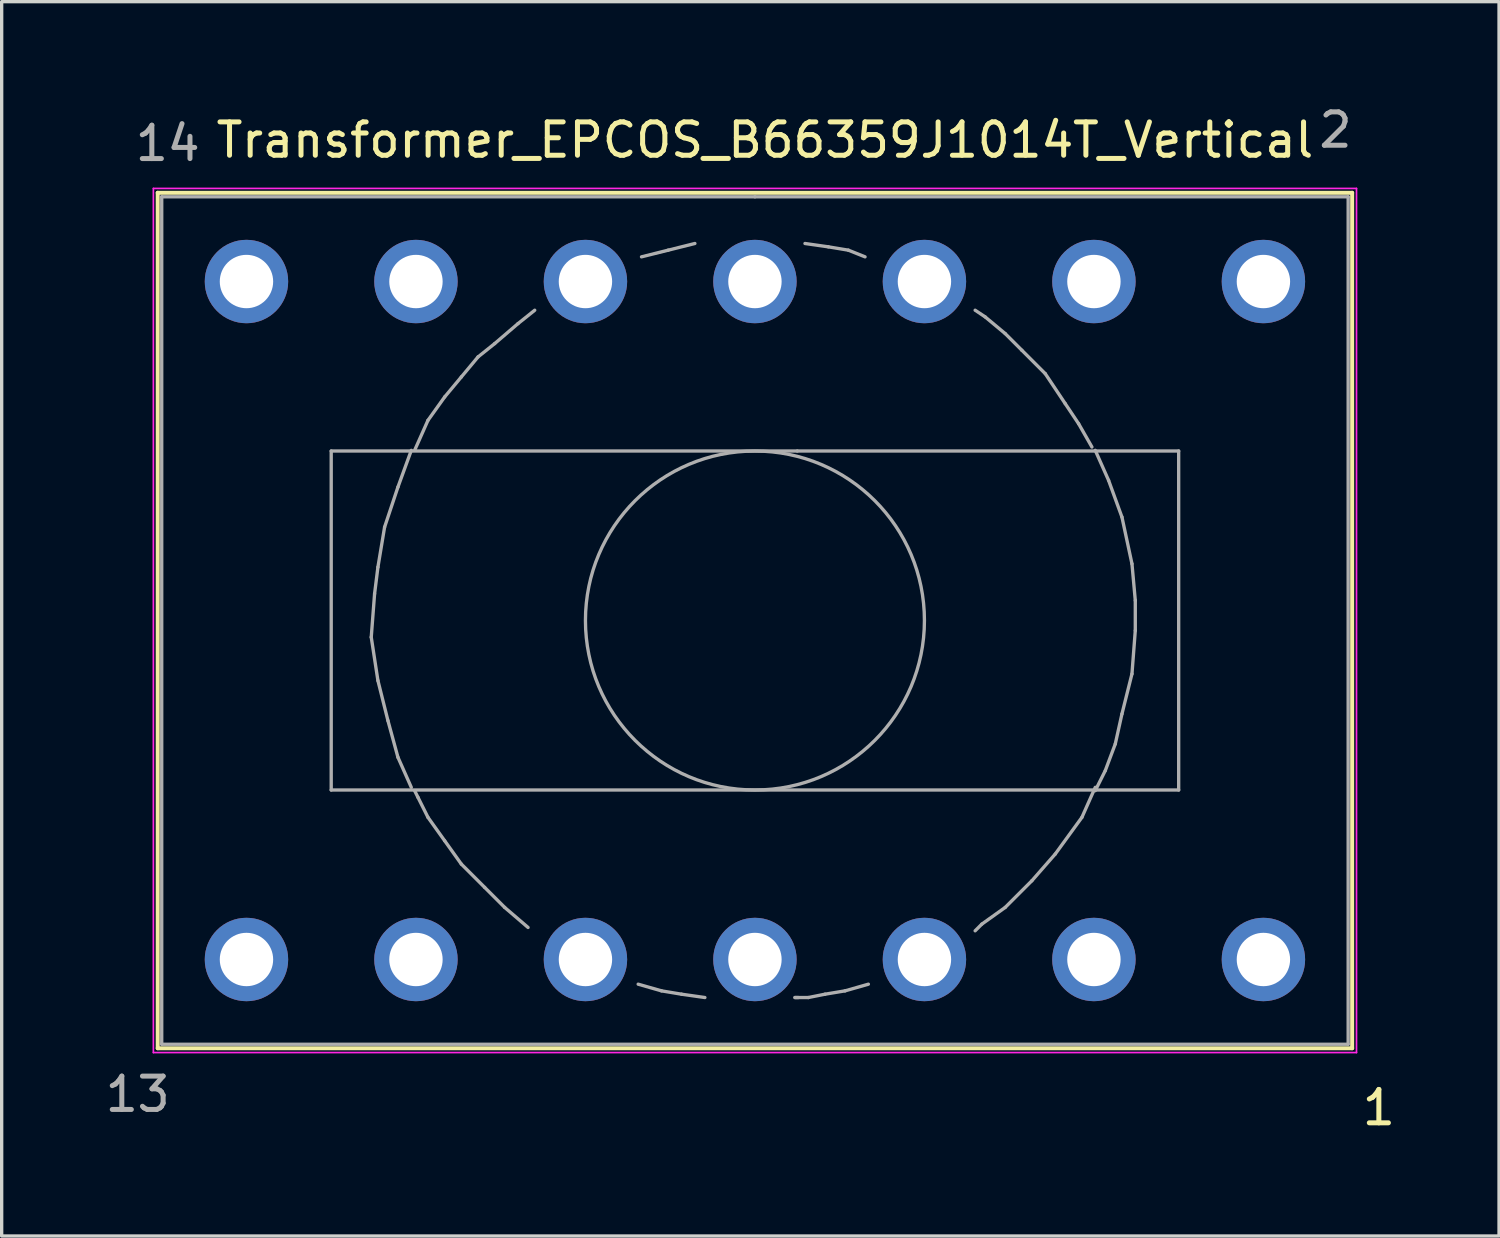
<source format=kicad_pcb>
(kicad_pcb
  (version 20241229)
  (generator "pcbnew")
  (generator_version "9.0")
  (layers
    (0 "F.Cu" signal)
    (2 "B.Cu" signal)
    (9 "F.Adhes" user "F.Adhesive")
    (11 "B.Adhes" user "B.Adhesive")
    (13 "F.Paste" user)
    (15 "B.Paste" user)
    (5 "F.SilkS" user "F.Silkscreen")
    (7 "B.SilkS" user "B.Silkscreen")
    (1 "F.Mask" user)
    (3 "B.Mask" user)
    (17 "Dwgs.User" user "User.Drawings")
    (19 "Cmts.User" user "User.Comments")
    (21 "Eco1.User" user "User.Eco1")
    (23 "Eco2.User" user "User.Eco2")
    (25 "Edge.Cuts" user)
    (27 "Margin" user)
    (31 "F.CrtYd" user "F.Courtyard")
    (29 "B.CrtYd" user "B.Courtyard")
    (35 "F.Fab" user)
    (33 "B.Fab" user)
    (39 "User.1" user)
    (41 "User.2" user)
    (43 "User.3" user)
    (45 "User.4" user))
  (footprint "Transformer_EPCOS_B66359J1014T_Vertical"
    (layer "F.Cu")
    (at 34.817 25.708)
    (property "Reference" "Transformer_EPCOS_B66359J1014T_Vertical" (at -14.94 -24.56 0) (layer "F.SilkS") (effects (font (size 1 1) (thickness 0.15))))
    (attr through_hole)
    (fp_line (start -33.14 -22.98) (end -33.14 2.66) (stroke (width 0.12) (type solid)) (layer "F.SilkS"))
    (fp_line (start -33.14 -22.98) (end 2.66 -22.98) (stroke (width 0.12) (type solid)) (layer "F.SilkS"))
    (fp_line (start 2.66 2.66) (end -33.14 2.66) (stroke (width 0.12) (type solid)) (layer "F.SilkS"))
    (fp_line (start 2.66 2.66) (end 2.66 -22.98) (stroke (width 0.12) (type solid)) (layer "F.SilkS"))
    (fp_line (start -33.27 -23.11) (end -33.27 2.79) (stroke (width 0.05) (type solid)) (layer "F.CrtYd"))
    (fp_line (start -33.27 -23.11) (end 2.79 -23.11) (stroke (width 0.05) (type solid)) (layer "F.CrtYd"))
    (fp_line (start 2.79 2.79) (end -33.27 2.79) (stroke (width 0.05) (type solid)) (layer "F.CrtYd"))
    (fp_line (start 2.79 2.79) (end 2.79 -23.11) (stroke (width 0.05) (type solid)) (layer "F.CrtYd"))
    (fp_line (start -33.02 -22.86) (end -33.02 2.54) (stroke (width 0.1) (type solid)) (layer "F.Fab"))
    (fp_line (start -33.02 2.54) (end 2.54 2.54) (stroke (width 0.1) (type solid)) (layer "F.Fab"))
    (fp_line (start -27.94 -15.24) (end -13.97 -15.24) (stroke (width 0.1) (type solid)) (layer "F.Fab"))
    (fp_line (start -27.94 -5.08) (end -27.94 -15.24) (stroke (width 0.1) (type solid)) (layer "F.Fab"))
    (fp_line (start -26.74 -9.66) (end -26.54 -8.36) (stroke (width 0.1) (type solid)) (layer "F.Fab"))
    (fp_line (start -26.64 -10.96) (end -26.74 -9.66) (stroke (width 0.1) (type solid)) (layer "F.Fab"))
    (fp_line (start -26.54 -11.76) (end -26.64 -10.96) (stroke (width 0.1) (type solid)) (layer "F.Fab"))
    (fp_line (start -26.54 -8.36) (end -26.24 -7.16) (stroke (width 0.1) (type solid)) (layer "F.Fab"))
    (fp_line (start -26.34 -12.96) (end -26.54 -11.76) (stroke (width 0.1) (type solid)) (layer "F.Fab"))
    (fp_line (start -26.24 -7.16) (end -25.94 -6.06) (stroke (width 0.1) (type solid)) (layer "F.Fab"))
    (fp_line (start -25.94 -14.16) (end -26.34 -12.96) (stroke (width 0.1) (type solid)) (layer "F.Fab"))
    (fp_line (start -25.94 -6.06) (end -25.54 -5.16) (stroke (width 0.1) (type solid)) (layer "F.Fab"))
    (fp_line (start -25.54 -15.26) (end -25.94 -14.16) (stroke (width 0.1) (type solid)) (layer "F.Fab"))
    (fp_line (start -25.34 -4.86) (end -25.44 -5.06) (stroke (width 0.1) (type solid)) (layer "F.Fab"))
    (fp_line (start -25.04 -16.16) (end -25.44 -15.26) (stroke (width 0.1) (type solid)) (layer "F.Fab"))
    (fp_line (start -25.04 -4.26) (end -25.34 -4.86) (stroke (width 0.1) (type solid)) (layer "F.Fab"))
    (fp_line (start -24.54 -16.86) (end -25.04 -16.16) (stroke (width 0.1) (type solid)) (layer "F.Fab"))
    (fp_line (start -24.54 -3.56) (end -25.04 -4.26) (stroke (width 0.1) (type solid)) (layer "F.Fab"))
    (fp_line (start -24.04 -17.46) (end -24.54 -16.86) (stroke (width 0.1) (type solid)) (layer "F.Fab"))
    (fp_line (start -24.04 -2.86) (end -24.54 -3.56) (stroke (width 0.1) (type solid)) (layer "F.Fab"))
    (fp_line (start -23.54 -18.06) (end -24.04 -17.46) (stroke (width 0.1) (type solid)) (layer "F.Fab"))
    (fp_line (start -23.34 -2.16) (end -24.04 -2.86) (stroke (width 0.1) (type solid)) (layer "F.Fab"))
    (fp_line (start -23.04 -18.46) (end -23.54 -18.06) (stroke (width 0.1) (type solid)) (layer "F.Fab"))
    (fp_line (start -22.74 -1.56) (end -23.34 -2.16) (stroke (width 0.1) (type solid)) (layer "F.Fab"))
    (fp_line (start -22.34 -19.06) (end -23.04 -18.46) (stroke (width 0.1) (type solid)) (layer "F.Fab"))
    (fp_line (start -22.04 -0.96) (end -22.74 -1.56) (stroke (width 0.1) (type solid)) (layer "F.Fab"))
    (fp_line (start -21.84 -19.46) (end -22.34 -19.06) (stroke (width 0.1) (type solid)) (layer "F.Fab"))
    (fp_line (start -18.04 0.94) (end -18.74 0.74) (stroke (width 0.1) (type solid)) (layer "F.Fab"))
    (fp_line (start -17.84 -21.26) (end -18.64 -21.06) (stroke (width 0.1) (type solid)) (layer "F.Fab"))
    (fp_line (start -17.44 1.04) (end -18.04 0.94) (stroke (width 0.1) (type solid)) (layer "F.Fab"))
    (fp_line (start -17.04 -21.46) (end -17.84 -21.26) (stroke (width 0.1) (type solid)) (layer "F.Fab"))
    (fp_line (start -16.74 1.14) (end -17.44 1.04) (stroke (width 0.1) (type solid)) (layer "F.Fab"))
    (fp_line (start -15.24 -22.86) (end -33.02 -22.86) (stroke (width 0.1) (type solid)) (layer "F.Fab"))
    (fp_line (start -15.24 -22.86) (end 2.54 -22.86) (stroke (width 0.1) (type solid)) (layer "F.Fab"))
    (fp_line (start -14.04 1.14) (end -13.94 1.14) (stroke (width 0.1) (type solid)) (layer "F.Fab"))
    (fp_line (start -13.97 -15.24) (end -2.54 -15.24) (stroke (width 0.1) (type solid)) (layer "F.Fab"))
    (fp_line (start -13.64 1.14) (end -14.04 1.14) (stroke (width 0.1) (type solid)) (layer "F.Fab"))
    (fp_line (start -13.14 1.04) (end -13.64 1.14) (stroke (width 0.1) (type solid)) (layer "F.Fab"))
    (fp_line (start -13.04 -21.36) (end -13.74 -21.46) (stroke (width 0.1) (type solid)) (layer "F.Fab"))
    (fp_line (start -12.54 0.94) (end -13.14 1.04) (stroke (width 0.1) (type solid)) (layer "F.Fab"))
    (fp_line (start -12.44 -21.26) (end -13.04 -21.36) (stroke (width 0.1) (type solid)) (layer "F.Fab"))
    (fp_line (start -11.94 -21.06) (end -12.44 -21.26) (stroke (width 0.1) (type solid)) (layer "F.Fab"))
    (fp_line (start -11.84 0.74) (end -12.54 0.94) (stroke (width 0.1) (type solid)) (layer "F.Fab"))
    (fp_line (start -8.64 -19.46) (end -8.34 -19.26) (stroke (width 0.1) (type solid)) (layer "F.Fab"))
    (fp_line (start -8.44 -1.06) (end -8.64 -0.86) (stroke (width 0.1) (type solid)) (layer "F.Fab"))
    (fp_line (start -8.34 -19.26) (end -7.74 -18.76) (stroke (width 0.1) (type solid)) (layer "F.Fab"))
    (fp_line (start -7.74 -18.76) (end -7.24 -18.26) (stroke (width 0.1) (type solid)) (layer "F.Fab"))
    (fp_line (start -7.74 -1.56) (end -8.44 -1.06) (stroke (width 0.1) (type solid)) (layer "F.Fab"))
    (fp_line (start -7.24 -18.26) (end -6.54 -17.56) (stroke (width 0.1) (type solid)) (layer "F.Fab"))
    (fp_line (start -6.94 -2.36) (end -7.74 -1.56) (stroke (width 0.1) (type solid)) (layer "F.Fab"))
    (fp_line (start -6.54 -17.56) (end -5.94 -16.66) (stroke (width 0.1) (type solid)) (layer "F.Fab"))
    (fp_line (start -6.24 -3.16) (end -6.94 -2.36) (stroke (width 0.1) (type solid)) (layer "F.Fab"))
    (fp_line (start -5.94 -16.66) (end -5.54 -16.06) (stroke (width 0.1) (type solid)) (layer "F.Fab"))
    (fp_line (start -5.54 -16.06) (end -5.14 -15.36) (stroke (width 0.1) (type solid)) (layer "F.Fab"))
    (fp_line (start -5.44 -4.26) (end -6.24 -3.16) (stroke (width 0.1) (type solid)) (layer "F.Fab"))
    (fp_line (start -5.04 -15.26) (end -4.64 -14.36) (stroke (width 0.1) (type solid)) (layer "F.Fab"))
    (fp_line (start -5.04 -5.16) (end -5.44 -4.26) (stroke (width 0.1) (type solid)) (layer "F.Fab"))
    (fp_line (start -4.74 -5.66) (end -5.04 -5.06) (stroke (width 0.1) (type solid)) (layer "F.Fab"))
    (fp_line (start -4.64 -14.36) (end -4.24 -13.26) (stroke (width 0.1) (type solid)) (layer "F.Fab"))
    (fp_line (start -4.44 -6.46) (end -4.74 -5.66) (stroke (width 0.1) (type solid)) (layer "F.Fab"))
    (fp_line (start -4.24 -13.26) (end -3.94 -11.86) (stroke (width 0.1) (type solid)) (layer "F.Fab"))
    (fp_line (start -4.24 -7.36) (end -4.44 -6.46) (stroke (width 0.1) (type solid)) (layer "F.Fab"))
    (fp_line (start -3.94 -11.86) (end -3.84 -10.76) (stroke (width 0.1) (type solid)) (layer "F.Fab"))
    (fp_line (start -3.94 -8.56) (end -4.24 -7.36) (stroke (width 0.1) (type solid)) (layer "F.Fab"))
    (fp_line (start -3.84 -10.76) (end -3.84 -9.86) (stroke (width 0.1) (type solid)) (layer "F.Fab"))
    (fp_line (start -3.84 -9.86) (end -3.94 -8.56) (stroke (width 0.1) (type solid)) (layer "F.Fab"))
    (fp_line (start -2.54 -15.24) (end -2.54 -5.08) (stroke (width 0.1) (type solid)) (layer "F.Fab"))
    (fp_line (start -2.54 -5.08) (end -27.94 -5.08) (stroke (width 0.1) (type solid)) (layer "F.Fab"))
    (fp_line (start 2.54 -22.86) (end 2.54 2.54) (stroke (width 0.1) (type solid)) (layer "F.Fab"))
    (fp_circle (center -15.24 -10.16) (end -15.24 -15.24) (stroke (width 0.1) (type solid)) (fill no) (layer "F.Fab"))
    (fp_text user "1" (at 3.46 4.44 0) (layer "F.SilkS") (effects (font (size 1 1) (thickness 0.15))))
    (fp_text user "13" (at -33.74 4.04 0) (layer "F.Fab") (effects (font (size 1 1) (thickness 0.15))))
    (fp_text user "14" (at -32.84 -24.46 0) (layer "F.Fab") (effects (font (size 1 1) (thickness 0.15))))
    (fp_text user "2" (at 2.16 -24.86 0) (layer "F.Fab") (effects (font (size 1 1) (thickness 0.15))))
    (pad "1" thru_hole circle (at 0 0) (size 2.5 2.5) (drill 1.6) (layers "*.Cu" "*.Mask"))
    (pad "2" thru_hole circle (at 0 -20.32) (size 2.5 2.5) (drill 1.6) (layers "*.Cu" "*.Mask"))
    (pad "3" thru_hole circle (at -5.08 0) (size 2.5 2.5) (drill 1.6) (layers "*.Cu" "*.Mask"))
    (pad "4" thru_hole circle (at -5.08 -20.32) (size 2.5 2.5) (drill 1.6) (layers "*.Cu" "*.Mask"))
    (pad "5" thru_hole circle (at -10.16 0) (size 2.5 2.5) (drill 1.6) (layers "*.Cu" "*.Mask"))
    (pad "6" thru_hole circle (at -10.16 -20.32) (size 2.5 2.5) (drill 1.6) (layers "*.Cu" "*.Mask"))
    (pad "7" thru_hole circle (at -15.24 0) (size 2.5 2.5) (drill 1.6) (layers "*.Cu" "*.Mask"))
    (pad "8" thru_hole circle (at -15.24 -20.32) (size 2.5 2.5) (drill 1.6) (layers "*.Cu" "*.Mask"))
    (pad "9" thru_hole circle (at -20.32 0) (size 2.5 2.5) (drill 1.6) (layers "*.Cu" "*.Mask"))
    (pad "10" thru_hole circle (at -20.32 -20.32) (size 2.5 2.5) (drill 1.6) (layers "*.Cu" "*.Mask"))
    (pad "11" thru_hole circle (at -25.4 0) (size 2.5 2.5) (drill 1.6) (layers "*.Cu" "*.Mask"))
    (pad "12" thru_hole circle (at -25.4 -20.32) (size 2.5 2.5) (drill 1.6) (layers "*.Cu" "*.Mask"))
    (pad "13" thru_hole circle (at -30.48 0) (size 2.5 2.5) (drill 1.6) (layers "*.Cu" "*.Mask"))
    (pad "14" thru_hole circle (at -30.48 -20.32) (size 2.5 2.5) (drill 1.6) (layers "*.Cu" "*.Mask")))
  (gr_rect
    (start -3 -3)
    (end 41.879 33.996)
    (stroke (width 0.1) (type default))
    (fill no)
    (layer "Edge.Cuts")))
</source>
